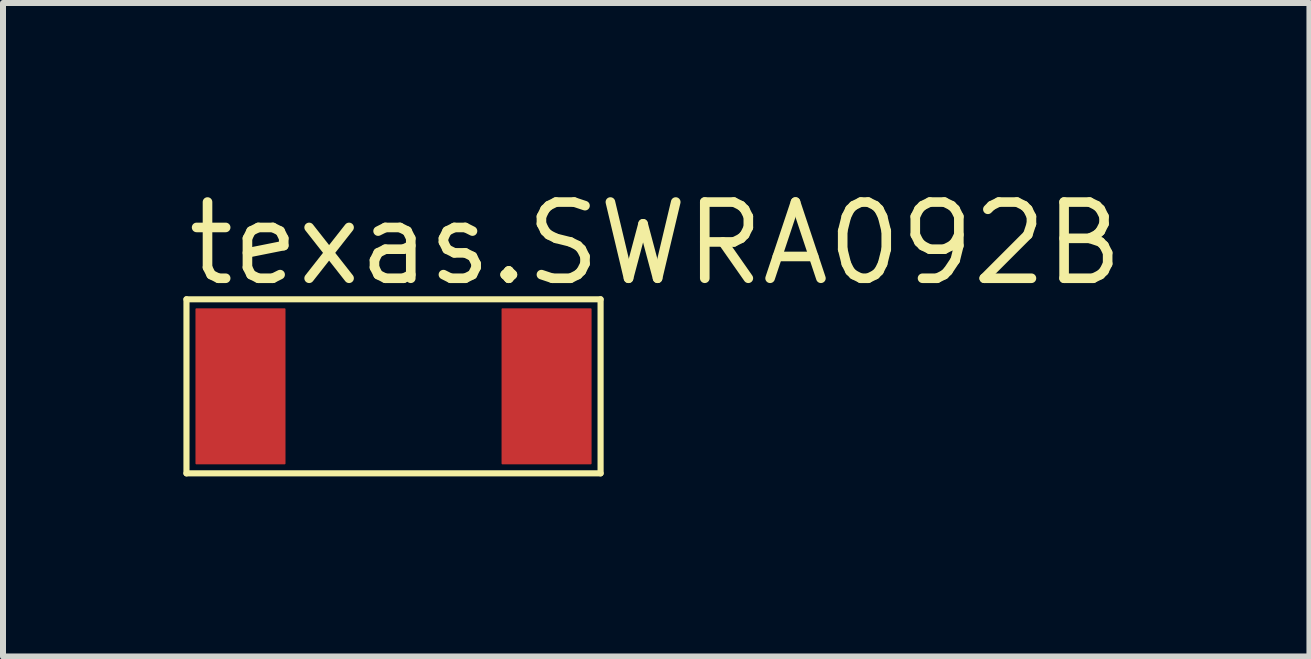
<source format=kicad_pcb>
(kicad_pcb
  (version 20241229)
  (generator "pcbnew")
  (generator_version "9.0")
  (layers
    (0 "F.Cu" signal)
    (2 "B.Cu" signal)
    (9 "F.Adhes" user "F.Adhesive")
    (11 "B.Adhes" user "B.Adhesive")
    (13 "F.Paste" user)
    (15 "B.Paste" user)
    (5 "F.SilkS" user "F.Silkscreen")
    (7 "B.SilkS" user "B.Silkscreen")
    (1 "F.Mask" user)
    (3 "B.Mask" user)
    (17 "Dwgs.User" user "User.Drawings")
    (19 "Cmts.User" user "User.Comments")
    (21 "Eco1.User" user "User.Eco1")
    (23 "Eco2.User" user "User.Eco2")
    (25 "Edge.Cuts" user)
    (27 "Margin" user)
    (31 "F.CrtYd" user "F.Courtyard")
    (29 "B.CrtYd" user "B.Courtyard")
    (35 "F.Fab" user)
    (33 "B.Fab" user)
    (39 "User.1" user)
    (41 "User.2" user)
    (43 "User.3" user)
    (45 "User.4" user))
  (footprint "texas.SWRA092B"
    (layer "F.Cu")
    (at 3.507 3.387)
    (property "Reference" "texas.SWRA092B" (at -3.507 -1.637 0) (layer "F.SilkS") (effects (font (size 1.27 1.27) (thickness 0.16)) (justify left bottom)))
    (attr smd)
    (fp_line (start -3.45 -1.45) (end 3.45 -1.45) (stroke (width 0.102) (type default)) (layer "F.SilkS"))
    (fp_line (start -3.45 1.45) (end -3.45 -1.45) (stroke (width 0.102) (type default)) (layer "F.SilkS"))
    (fp_line (start 3.45 -1.45) (end 3.45 1.45) (stroke (width 0.102) (type default)) (layer "F.SilkS"))
    (fp_line (start 3.45 1.45) (end -3.45 1.45) (stroke (width 0.102) (type default)) (layer "F.SilkS"))
    (pad "1" smd roundrect (at -2.55 0) (size 1.5 2.6) (layers "F.Cu" "F.Mask" "F.Paste") (roundrect_rratio 0.01))
    (pad "2" smd roundrect (at 2.55 0) (size 1.5 2.6) (layers "F.Cu" "F.Mask" "F.Paste") (roundrect_rratio 0.01)))
  (gr_rect
    (start -3 -3)
    (end 18.768 7.888)
    (stroke (width 0.1) (type default))
    (fill no)
    (layer "Edge.Cuts")))
</source>
